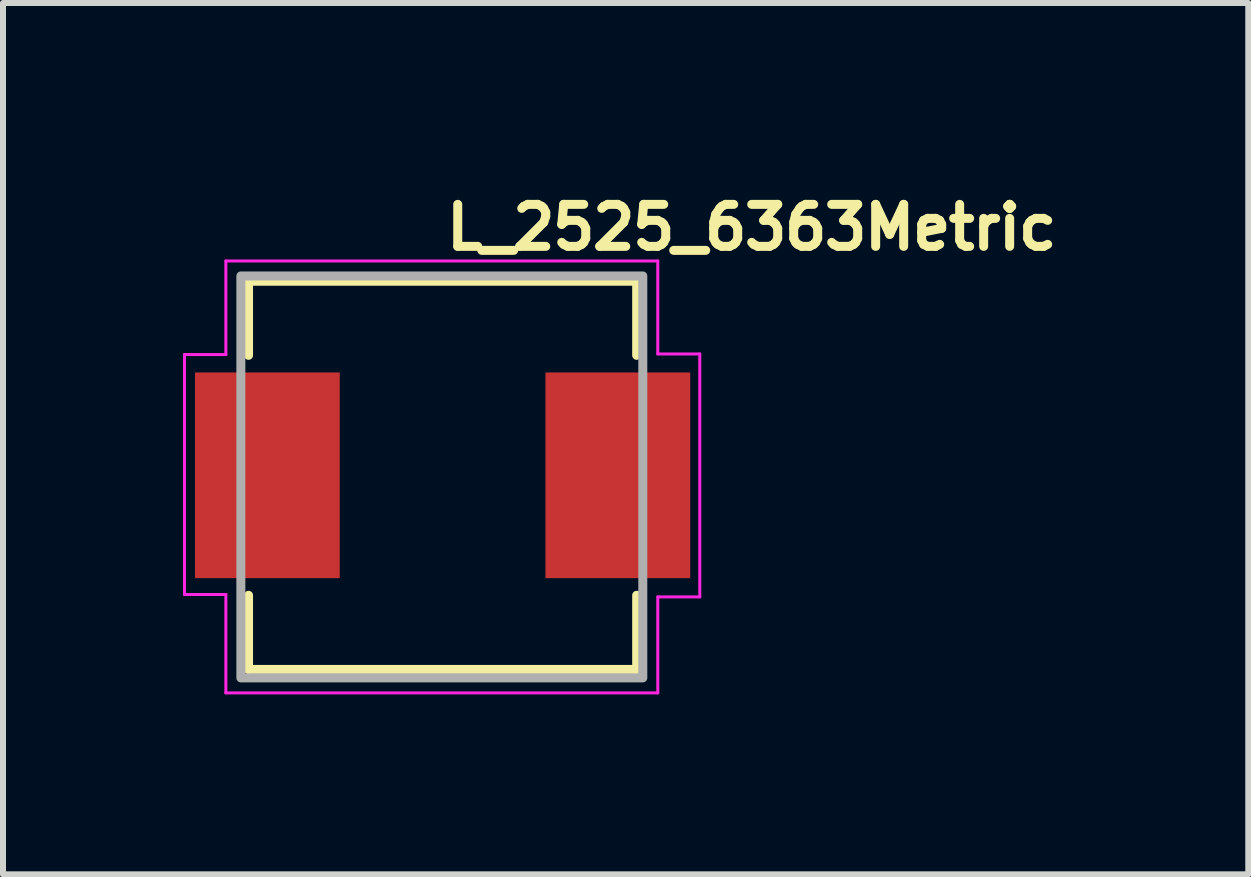
<source format=kicad_pcb>
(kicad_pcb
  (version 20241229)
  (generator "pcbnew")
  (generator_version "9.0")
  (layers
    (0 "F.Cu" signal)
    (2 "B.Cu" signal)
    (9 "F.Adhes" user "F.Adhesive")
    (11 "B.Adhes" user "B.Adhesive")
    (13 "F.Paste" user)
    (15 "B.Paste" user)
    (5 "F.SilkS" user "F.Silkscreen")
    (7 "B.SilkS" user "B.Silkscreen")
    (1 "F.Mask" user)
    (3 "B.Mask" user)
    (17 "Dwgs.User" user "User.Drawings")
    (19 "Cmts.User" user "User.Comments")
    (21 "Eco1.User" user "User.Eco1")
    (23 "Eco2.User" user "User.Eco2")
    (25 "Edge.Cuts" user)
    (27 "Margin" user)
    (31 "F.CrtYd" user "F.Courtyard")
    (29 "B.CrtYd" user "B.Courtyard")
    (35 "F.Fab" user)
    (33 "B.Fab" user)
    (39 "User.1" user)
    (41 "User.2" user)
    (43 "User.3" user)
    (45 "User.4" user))
  (footprint "L_2525_6363Metric"
    (layer "F.Cu")
    (at 4.315 4.9)
    (property "Reference" "L_2525_6363Metric" (at 0 -3.75 0) (layer "F.SilkS") (effects (font (size 0.7 0.7) (thickness 0.15)) (justify left bottom)))
    (attr smd)
    (fp_line (start -3.222 -3.262) (end -3.222 -2.027) (stroke (width 0.15) (type solid)) (layer "F.SilkS"))
    (fp_line (start -3.222 -3.262) (end 3.248 -3.262) (stroke (width 0.15) (type solid)) (layer "F.SilkS"))
    (fp_line (start -3.222 3.209) (end -3.222 1.973) (stroke (width 0.15) (type solid)) (layer "F.SilkS"))
    (fp_line (start 3.248 -3.262) (end 3.248 -2.027) (stroke (width 0.15) (type solid)) (layer "F.SilkS"))
    (fp_line (start 3.248 3.209) (end -3.222 3.209) (stroke (width 0.15) (type solid)) (layer "F.SilkS"))
    (fp_line (start 3.248 3.209) (end 3.248 1.973) (stroke (width 0.15) (type solid)) (layer "F.SilkS"))
    (fp_line (start -4.29 -2.04) (end -4.29 1.96) (stroke (width 0.05) (type solid)) (layer "F.CrtYd"))
    (fp_line (start -4.29 -2.04) (end -3.6 -2.04) (stroke (width 0.05) (type solid)) (layer "F.CrtYd"))
    (fp_line (start -4.29 1.96) (end -3.6 1.96) (stroke (width 0.05) (type solid)) (layer "F.CrtYd"))
    (fp_line (start -3.6 -2.04) (end -3.6 -3.6) (stroke (width 0.05) (type solid)) (layer "F.CrtYd"))
    (fp_line (start -3.6 1.96) (end -3.6 3.6) (stroke (width 0.05) (type solid)) (layer "F.CrtYd"))
    (fp_line (start 3.6 -3.6) (end -3.6 -3.6) (stroke (width 0.05) (type solid)) (layer "F.CrtYd"))
    (fp_line (start 3.6 -2.05) (end 3.6 -3.6) (stroke (width 0.05) (type solid)) (layer "F.CrtYd"))
    (fp_line (start 3.6 2) (end 3.6 3.6) (stroke (width 0.05) (type solid)) (layer "F.CrtYd"))
    (fp_line (start 3.6 3.6) (end -3.6 3.6) (stroke (width 0.05) (type solid)) (layer "F.CrtYd"))
    (fp_line (start 4.3 -2.05) (end 3.6 -2.05) (stroke (width 0.05) (type solid)) (layer "F.CrtYd"))
    (fp_line (start 4.3 2) (end 3.6 2) (stroke (width 0.05) (type solid)) (layer "F.CrtYd"))
    (fp_line (start 4.3 2) (end 4.3 -2.05) (stroke (width 0.05) (type solid)) (layer "F.CrtYd"))
    (fp_rect (start -3.35 -3.35) (end 3.35 3.35) (stroke (width 0.15) (type solid)) (fill no) (layer "F.Fab"))
    (fp_rect (start -3.54 -3.336) (end 3.538 3.334) (stroke (width 0.1) (type solid)) (fill no) (layer "User.5"))
    (fp_line (start -3.54 -2.286) (end -3.54 2.285) (stroke (width 0.02) (type solid)) (layer "User.9"))
    (fp_line (start -3.54 2.285) (end -3.335 2.285) (stroke (width 0.02) (type solid)) (layer "User.9"))
    (fp_line (start -3.336 -2.711) (end -3.336 -2.286) (stroke (width 0.02) (type solid)) (layer "User.9"))
    (fp_line (start -3.336 2.285) (end -3.336 2.709) (stroke (width 0.02) (type solid)) (layer "User.9"))
    (fp_line (start -3.336 2.709) (end -3.335 2.741) (stroke (width 0.02) (type solid)) (layer "User.9"))
    (fp_line (start -3.335 -2.742) (end -3.336 -2.711) (stroke (width 0.02) (type solid)) (layer "User.9"))
    (fp_line (start -3.335 -2.286) (end -3.54 -2.286) (stroke (width 0.02) (type solid)) (layer "User.9"))
    (fp_line (start -3.335 2.741) (end -3.332 2.77) (stroke (width 0.02) (type solid)) (layer "User.9"))
    (fp_line (start -3.332 -2.773) (end -3.335 -2.742) (stroke (width 0.02) (type solid)) (layer "User.9"))
    (fp_line (start -3.332 2.77) (end -3.33 2.801) (stroke (width 0.02) (type solid)) (layer "User.9"))
    (fp_line (start -3.33 -2.803) (end -3.332 -2.773) (stroke (width 0.02) (type solid)) (layer "User.9"))
    (fp_line (start -3.33 2.801) (end -3.323 2.831) (stroke (width 0.02) (type solid)) (layer "User.9"))
    (fp_line (start -3.323 -2.834) (end -3.33 -2.803) (stroke (width 0.02) (type solid)) (layer "User.9"))
    (fp_line (start -3.323 2.831) (end -3.318 2.862) (stroke (width 0.02) (type solid)) (layer "User.9"))
    (fp_line (start -3.318 -2.863) (end -3.323 -2.834) (stroke (width 0.02) (type solid)) (layer "User.9"))
    (fp_line (start -3.318 2.862) (end -3.31 2.89) (stroke (width 0.02) (type solid)) (layer "User.9"))
    (fp_line (start -3.31 -2.892) (end -3.318 -2.863) (stroke (width 0.02) (type solid)) (layer "User.9"))
    (fp_line (start -3.31 2.89) (end -3.299 2.919) (stroke (width 0.02) (type solid)) (layer "User.9"))
    (fp_line (start -3.303 0.38) (end -3.303 -0.381) (stroke (width 0.02) (type solid)) (layer "User.9"))
    (fp_line (start -3.303 0.38) (end -3.082 0.38) (stroke (width 0.02) (type solid)) (layer "User.9"))
    (fp_line (start -3.299 -2.922) (end -3.31 -2.892) (stroke (width 0.02) (type solid)) (layer "User.9"))
    (fp_line (start -3.299 2.919) (end -3.289 2.948) (stroke (width 0.02) (type solid)) (layer "User.9"))
    (fp_line (start -3.289 -2.951) (end -3.299 -2.922) (stroke (width 0.02) (type solid)) (layer "User.9"))
    (fp_line (start -3.289 2.948) (end -3.277 2.976) (stroke (width 0.02) (type solid)) (layer "User.9"))
    (fp_line (start -3.277 -2.979) (end -3.289 -2.951) (stroke (width 0.02) (type solid)) (layer "User.9"))
    (fp_line (start -3.277 2.976) (end -3.262 3.003) (stroke (width 0.02) (type solid)) (layer "User.9"))
    (fp_line (start -3.262 -3.005) (end -3.277 -2.979) (stroke (width 0.02) (type solid)) (layer "User.9"))
    (fp_line (start -3.262 3.003) (end -3.247 3.03) (stroke (width 0.02) (type solid)) (layer "User.9"))
    (fp_line (start -3.247 -3.032) (end -3.262 -3.005) (stroke (width 0.02) (type solid)) (layer "User.9"))
    (fp_line (start -3.247 3.03) (end -3.231 3.055) (stroke (width 0.02) (type solid)) (layer "User.9"))
    (fp_line (start -3.231 -3.057) (end -3.247 -3.032) (stroke (width 0.02) (type solid)) (layer "User.9"))
    (fp_line (start -3.231 3.055) (end -3.214 3.08) (stroke (width 0.02) (type solid)) (layer "User.9"))
    (fp_line (start -3.214 -3.082) (end -3.231 -3.057) (stroke (width 0.02) (type solid)) (layer "User.9"))
    (fp_line (start -3.214 3.08) (end -3.194 3.105) (stroke (width 0.02) (type solid)) (layer "User.9"))
    (fp_line (start -3.194 -3.108) (end -3.214 -3.082) (stroke (width 0.02) (type solid)) (layer "User.9"))
    (fp_line (start -3.194 3.105) (end -3.174 3.128) (stroke (width 0.02) (type solid)) (layer "User.9"))
    (fp_line (start -3.174 -3.13) (end -3.194 -3.108) (stroke (width 0.02) (type solid)) (layer "User.9"))
    (fp_line (start -3.174 3.128) (end -3.153 3.152) (stroke (width 0.02) (type solid)) (layer "User.9"))
    (fp_line (start -3.153 -3.153) (end -3.174 -3.13) (stroke (width 0.02) (type solid)) (layer "User.9"))
    (fp_line (start -3.153 -3.153) (end -3.153 -3.153) (stroke (width 0.02) (type solid)) (layer "User.9"))
    (fp_line (start -3.153 3.152) (end -3.153 3.152) (stroke (width 0.02) (type solid)) (layer "User.9"))
    (fp_line (start -3.153 3.152) (end -3.13 3.172) (stroke (width 0.02) (type solid)) (layer "User.9"))
    (fp_line (start -3.13 -3.174) (end -3.153 -3.153) (stroke (width 0.02) (type solid)) (layer "User.9"))
    (fp_line (start -3.13 3.172) (end -3.108 3.192) (stroke (width 0.02) (type solid)) (layer "User.9"))
    (fp_line (start -3.108 -3.194) (end -3.13 -3.174) (stroke (width 0.02) (type solid)) (layer "User.9"))
    (fp_line (start -3.108 3.192) (end -3.082 3.212) (stroke (width 0.02) (type solid)) (layer "User.9"))
    (fp_line (start -3.082 -3.214) (end -3.108 -3.194) (stroke (width 0.02) (type solid)) (layer "User.9"))
    (fp_line (start -3.082 -2.65) (end -3.081 -2.681) (stroke (width 0.02) (type solid)) (layer "User.9"))
    (fp_line (start -3.082 -2.286) (end -3.335 -2.286) (stroke (width 0.02) (type solid)) (layer "User.9"))
    (fp_line (start -3.082 -0.381) (end -3.303 -0.381) (stroke (width 0.02) (type solid)) (layer "User.9"))
    (fp_line (start -3.082 2.285) (end -3.335 2.285) (stroke (width 0.02) (type solid)) (layer "User.9"))
    (fp_line (start -3.082 2.648) (end -3.082 -2.65) (stroke (width 0.02) (type solid)) (layer "User.9"))
    (fp_line (start -3.082 3.212) (end -3.057 3.229) (stroke (width 0.02) (type solid)) (layer "User.9"))
    (fp_line (start -3.081 -2.681) (end -3.078 -2.713) (stroke (width 0.02) (type solid)) (layer "User.9"))
    (fp_line (start -3.081 2.68) (end -3.082 2.648) (stroke (width 0.02) (type solid)) (layer "User.9"))
    (fp_line (start -3.078 -2.713) (end -3.076 -2.743) (stroke (width 0.02) (type solid)) (layer "User.9"))
    (fp_line (start -3.078 2.71) (end -3.081 2.68) (stroke (width 0.02) (type solid)) (layer "User.9"))
    (fp_line (start -3.076 -2.743) (end -3.069 -2.774) (stroke (width 0.02) (type solid)) (layer "User.9"))
    (fp_line (start -3.076 2.741) (end -3.078 2.71) (stroke (width 0.02) (type solid)) (layer "User.9"))
    (fp_line (start -3.069 -2.774) (end -3.063 -2.806) (stroke (width 0.02) (type solid)) (layer "User.9"))
    (fp_line (start -3.069 2.773) (end -3.076 2.741) (stroke (width 0.02) (type solid)) (layer "User.9"))
    (fp_line (start -3.063 -2.806) (end -3.055 -2.835) (stroke (width 0.02) (type solid)) (layer "User.9"))
    (fp_line (start -3.063 2.804) (end -3.069 2.773) (stroke (width 0.02) (type solid)) (layer "User.9"))
    (fp_line (start -3.057 -3.231) (end -3.082 -3.214) (stroke (width 0.02) (type solid)) (layer "User.9"))
    (fp_line (start -3.057 3.229) (end -3.032 3.245) (stroke (width 0.02) (type solid)) (layer "User.9"))
    (fp_line (start -3.055 -2.835) (end -3.044 -2.864) (stroke (width 0.02) (type solid)) (layer "User.9"))
    (fp_line (start -3.055 2.833) (end -3.063 2.804) (stroke (width 0.02) (type solid)) (layer "User.9"))
    (fp_line (start -3.044 -2.864) (end -3.033 -2.894) (stroke (width 0.02) (type solid)) (layer "User.9"))
    (fp_line (start -3.044 2.862) (end -3.055 2.833) (stroke (width 0.02) (type solid)) (layer "User.9"))
    (fp_line (start -3.033 -2.894) (end -3.021 -2.922) (stroke (width 0.02) (type solid)) (layer "User.9"))
    (fp_line (start -3.033 2.891) (end -3.044 2.862) (stroke (width 0.02) (type solid)) (layer "User.9"))
    (fp_line (start -3.032 -3.247) (end -3.057 -3.231) (stroke (width 0.02) (type solid)) (layer "User.9"))
    (fp_line (start -3.032 3.245) (end -3.005 3.261) (stroke (width 0.02) (type solid)) (layer "User.9"))
    (fp_line (start -3.021 -2.922) (end -3.008 -2.949) (stroke (width 0.02) (type solid)) (layer "User.9"))
    (fp_line (start -3.021 2.919) (end -3.033 2.891) (stroke (width 0.02) (type solid)) (layer "User.9"))
    (fp_line (start -3.008 -2.949) (end -2.992 -2.976) (stroke (width 0.02) (type solid)) (layer "User.9"))
    (fp_line (start -3.008 2.947) (end -3.021 2.919) (stroke (width 0.02) (type solid)) (layer "User.9"))
    (fp_line (start -3.005 -3.262) (end -3.032 -3.247) (stroke (width 0.02) (type solid)) (layer "User.9"))
    (fp_line (start -3.005 3.261) (end -2.979 3.274) (stroke (width 0.02) (type solid)) (layer "User.9"))
    (fp_line (start -2.992 -2.976) (end -2.976 -3.003) (stroke (width 0.02) (type solid)) (layer "User.9"))
    (fp_line (start -2.992 2.975) (end -3.008 2.947) (stroke (width 0.02) (type solid)) (layer "User.9"))
    (fp_line (start -2.979 -3.277) (end -3.005 -3.262) (stroke (width 0.02) (type solid)) (layer "User.9"))
    (fp_line (start -2.979 3.274) (end -2.951 3.286) (stroke (width 0.02) (type solid)) (layer "User.9"))
    (fp_line (start -2.976 -3.003) (end -2.957 -3.028) (stroke (width 0.02) (type solid)) (layer "User.9"))
    (fp_line (start -2.976 3) (end -2.992 2.975) (stroke (width 0.02) (type solid)) (layer "User.9"))
    (fp_line (start -2.957 -3.028) (end -2.939 -3.052) (stroke (width 0.02) (type solid)) (layer "User.9"))
    (fp_line (start -2.957 3.027) (end -2.976 3) (stroke (width 0.02) (type solid)) (layer "User.9"))
    (fp_line (start -2.951 -3.289) (end -2.979 -3.277) (stroke (width 0.02) (type solid)) (layer "User.9"))
    (fp_line (start -2.951 3.286) (end -2.922 3.297) (stroke (width 0.02) (type solid)) (layer "User.9"))
    (fp_line (start -2.939 -3.052) (end -2.918 -3.077) (stroke (width 0.02) (type solid)) (layer "User.9"))
    (fp_line (start -2.939 3.051) (end -2.957 3.027) (stroke (width 0.02) (type solid)) (layer "User.9"))
    (fp_line (start -2.922 -3.299) (end -2.951 -3.289) (stroke (width 0.02) (type solid)) (layer "User.9"))
    (fp_line (start -2.922 3.297) (end -2.892 3.308) (stroke (width 0.02) (type solid)) (layer "User.9"))
    (fp_line (start -2.918 -3.077) (end -2.896 -3.1) (stroke (width 0.02) (type solid)) (layer "User.9"))
    (fp_line (start -2.918 3.075) (end -2.939 3.051) (stroke (width 0.02) (type solid)) (layer "User.9"))
    (fp_line (start -2.896 -3.1) (end -2.896 -3.1) (stroke (width 0.02) (type solid)) (layer "User.9"))
    (fp_line (start -2.896 -3.1) (end -2.874 -3.121) (stroke (width 0.02) (type solid)) (layer "User.9"))
    (fp_line (start -2.896 3.097) (end -2.918 3.075) (stroke (width 0.02) (type solid)) (layer "User.9"))
    (fp_line (start -2.896 3.097) (end -2.896 3.097) (stroke (width 0.02) (type solid)) (layer "User.9"))
    (fp_line (start -2.892 -3.31) (end -2.922 -3.299) (stroke (width 0.02) (type solid)) (layer "User.9"))
    (fp_line (start -2.892 3.308) (end -2.863 3.316) (stroke (width 0.02) (type solid)) (layer "User.9"))
    (fp_line (start -2.874 -3.121) (end -2.85 -3.141) (stroke (width 0.02) (type solid)) (layer "User.9"))
    (fp_line (start -2.874 3.119) (end -2.896 3.097) (stroke (width 0.02) (type solid)) (layer "User.9"))
    (fp_line (start -2.863 -3.318) (end -2.892 -3.31) (stroke (width 0.02) (type solid)) (layer "User.9"))
    (fp_line (start -2.863 3.316) (end -2.834 3.321) (stroke (width 0.02) (type solid)) (layer "User.9"))
    (fp_line (start -2.85 -3.141) (end -2.824 -3.161) (stroke (width 0.02) (type solid)) (layer "User.9"))
    (fp_line (start -2.85 3.14) (end -2.874 3.119) (stroke (width 0.02) (type solid)) (layer "User.9"))
    (fp_line (start -2.834 -3.323) (end -2.863 -3.318) (stroke (width 0.02) (type solid)) (layer "User.9"))
    (fp_line (start -2.834 3.321) (end -2.803 3.328) (stroke (width 0.02) (type solid)) (layer "User.9"))
    (fp_line (start -2.824 -3.161) (end -2.799 -3.178) (stroke (width 0.02) (type solid)) (layer "User.9"))
    (fp_line (start -2.824 3.159) (end -2.85 3.14) (stroke (width 0.02) (type solid)) (layer "User.9"))
    (fp_line (start -2.803 -3.33) (end -2.834 -3.323) (stroke (width 0.02) (type solid)) (layer "User.9"))
    (fp_line (start -2.803 3.328) (end -2.773 3.33) (stroke (width 0.02) (type solid)) (layer "User.9"))
    (fp_line (start -2.799 -3.178) (end -2.774 -3.196) (stroke (width 0.02) (type solid)) (layer "User.9"))
    (fp_line (start -2.799 3.176) (end -2.824 3.159) (stroke (width 0.02) (type solid)) (layer "User.9"))
    (fp_line (start -2.774 -3.196) (end -2.746 -3.21) (stroke (width 0.02) (type solid)) (layer "User.9"))
    (fp_line (start -2.774 3.193) (end -2.799 3.176) (stroke (width 0.02) (type solid)) (layer "User.9"))
    (fp_line (start -2.773 -3.332) (end -2.803 -3.33) (stroke (width 0.02) (type solid)) (layer "User.9"))
    (fp_line (start -2.773 3.33) (end -2.742 3.334) (stroke (width 0.02) (type solid)) (layer "User.9"))
    (fp_line (start -2.746 -3.21) (end -2.718 -3.225) (stroke (width 0.02) (type solid)) (layer "User.9"))
    (fp_line (start -2.746 3.209) (end -2.774 3.193) (stroke (width 0.02) (type solid)) (layer "User.9"))
    (fp_line (start -2.742 -3.335) (end -2.773 -3.332) (stroke (width 0.02) (type solid)) (layer "User.9"))
    (fp_line (start -2.742 3.334) (end -2.711 3.334) (stroke (width 0.02) (type solid)) (layer "User.9"))
    (fp_line (start -2.718 -3.225) (end -2.69 -3.237) (stroke (width 0.02) (type solid)) (layer "User.9"))
    (fp_line (start -2.718 3.222) (end -2.746 3.209) (stroke (width 0.02) (type solid)) (layer "User.9"))
    (fp_line (start -2.711 -3.336) (end -2.742 -3.335) (stroke (width 0.02) (type solid)) (layer "User.9"))
    (fp_line (start -2.711 3.334) (end 2.709 3.334) (stroke (width 0.02) (type solid)) (layer "User.9"))
    (fp_line (start -2.69 -3.237) (end -2.661 -3.249) (stroke (width 0.02) (type solid)) (layer "User.9"))
    (fp_line (start -2.69 3.234) (end -2.718 3.222) (stroke (width 0.02) (type solid)) (layer "User.9"))
    (fp_line (start -2.661 -3.249) (end -2.632 -3.258) (stroke (width 0.02) (type solid)) (layer "User.9"))
    (fp_line (start -2.661 3.246) (end -2.69 3.234) (stroke (width 0.02) (type solid)) (layer "User.9"))
    (fp_line (start -2.632 -3.258) (end -2.601 -3.266) (stroke (width 0.02) (type solid)) (layer "User.9"))
    (fp_line (start -2.632 3.256) (end -2.661 3.246) (stroke (width 0.02) (type solid)) (layer "User.9"))
    (fp_line (start -2.601 -3.266) (end -2.572 -3.273) (stroke (width 0.02) (type solid)) (layer "User.9"))
    (fp_line (start -2.601 3.265) (end -2.632 3.256) (stroke (width 0.02) (type solid)) (layer "User.9"))
    (fp_line (start -2.572 -3.273) (end -2.54 -3.278) (stroke (width 0.02) (type solid)) (layer "User.9"))
    (fp_line (start -2.572 3.27) (end -2.601 3.265) (stroke (width 0.02) (type solid)) (layer "User.9"))
    (fp_line (start -2.54 -3.278) (end -2.509 -3.282) (stroke (width 0.02) (type solid)) (layer "User.9"))
    (fp_line (start -2.54 3.277) (end -2.572 3.27) (stroke (width 0.02) (type solid)) (layer "User.9"))
    (fp_line (start -2.509 -3.282) (end -2.479 -3.285) (stroke (width 0.02) (type solid)) (layer "User.9"))
    (fp_line (start -2.509 3.281) (end -2.54 3.277) (stroke (width 0.02) (type solid)) (layer "User.9"))
    (fp_line (start -2.479 -3.285) (end -2.448 -3.286) (stroke (width 0.02) (type solid)) (layer "User.9"))
    (fp_line (start -2.479 3.282) (end -2.509 3.281) (stroke (width 0.02) (type solid)) (layer "User.9"))
    (fp_line (start -2.448 -3.286) (end 2.446 -3.286) (stroke (width 0.02) (type solid)) (layer "User.9"))
    (fp_line (start -2.448 3.284) (end -2.479 3.282) (stroke (width 0.02) (type solid)) (layer "User.9"))
    (fp_line (start 2.446 -3.286) (end 2.476 -3.285) (stroke (width 0.02) (type solid)) (layer "User.9"))
    (fp_line (start 2.446 3.284) (end -2.448 3.284) (stroke (width 0.02) (type solid)) (layer "User.9"))
    (fp_line (start 2.476 -3.285) (end 2.507 -3.282) (stroke (width 0.02) (type solid)) (layer "User.9"))
    (fp_line (start 2.476 3.282) (end 2.446 3.284) (stroke (width 0.02) (type solid)) (layer "User.9"))
    (fp_line (start 2.507 -3.282) (end 2.539 -3.278) (stroke (width 0.02) (type solid)) (layer "User.9"))
    (fp_line (start 2.507 3.281) (end 2.476 3.282) (stroke (width 0.02) (type solid)) (layer "User.9"))
    (fp_line (start 2.539 -3.278) (end 2.569 -3.273) (stroke (width 0.02) (type solid)) (layer "User.9"))
    (fp_line (start 2.539 3.277) (end 2.507 3.281) (stroke (width 0.02) (type solid)) (layer "User.9"))
    (fp_line (start 2.569 -3.273) (end 2.6 -3.266) (stroke (width 0.02) (type solid)) (layer "User.9"))
    (fp_line (start 2.569 3.27) (end 2.539 3.277) (stroke (width 0.02) (type solid)) (layer "User.9"))
    (fp_line (start 2.6 -3.266) (end 2.629 -3.258) (stroke (width 0.02) (type solid)) (layer "User.9"))
    (fp_line (start 2.6 3.265) (end 2.569 3.27) (stroke (width 0.02) (type solid)) (layer "User.9"))
    (fp_line (start 2.629 -3.258) (end 2.66 -3.249) (stroke (width 0.02) (type solid)) (layer "User.9"))
    (fp_line (start 2.629 3.256) (end 2.6 3.265) (stroke (width 0.02) (type solid)) (layer "User.9"))
    (fp_line (start 2.66 -3.249) (end 2.689 -3.237) (stroke (width 0.02) (type solid)) (layer "User.9"))
    (fp_line (start 2.66 3.246) (end 2.629 3.256) (stroke (width 0.02) (type solid)) (layer "User.9"))
    (fp_line (start 2.689 -3.237) (end 2.717 -3.225) (stroke (width 0.02) (type solid)) (layer "User.9"))
    (fp_line (start 2.689 3.234) (end 2.66 3.246) (stroke (width 0.02) (type solid)) (layer "User.9"))
    (fp_line (start 2.709 -3.336) (end -2.711 -3.336) (stroke (width 0.02) (type solid)) (layer "User.9"))
    (fp_line (start 2.709 3.334) (end 2.741 3.334) (stroke (width 0.02) (type solid)) (layer "User.9"))
    (fp_line (start 2.717 -3.225) (end 2.745 -3.21) (stroke (width 0.02) (type solid)) (layer "User.9"))
    (fp_line (start 2.717 3.222) (end 2.689 3.234) (stroke (width 0.02) (type solid)) (layer "User.9"))
    (fp_line (start 2.741 -3.335) (end 2.709 -3.336) (stroke (width 0.02) (type solid)) (layer "User.9"))
    (fp_line (start 2.741 3.334) (end 2.77 3.33) (stroke (width 0.02) (type solid)) (layer "User.9"))
    (fp_line (start 2.745 -3.21) (end 2.772 -3.196) (stroke (width 0.02) (type solid)) (layer "User.9"))
    (fp_line (start 2.745 3.209) (end 2.717 3.222) (stroke (width 0.02) (type solid)) (layer "User.9"))
    (fp_line (start 2.77 -3.332) (end 2.741 -3.335) (stroke (width 0.02) (type solid)) (layer "User.9"))
    (fp_line (start 2.77 3.33) (end 2.801 3.328) (stroke (width 0.02) (type solid)) (layer "User.9"))
    (fp_line (start 2.772 -3.196) (end 2.797 -3.178) (stroke (width 0.02) (type solid)) (layer "User.9"))
    (fp_line (start 2.772 3.193) (end 2.745 3.209) (stroke (width 0.02) (type solid)) (layer "User.9"))
    (fp_line (start 2.797 -3.178) (end 2.822 -3.161) (stroke (width 0.02) (type solid)) (layer "User.9"))
    (fp_line (start 2.797 3.176) (end 2.772 3.193) (stroke (width 0.02) (type solid)) (layer "User.9"))
    (fp_line (start 2.801 -3.33) (end 2.77 -3.332) (stroke (width 0.02) (type solid)) (layer "User.9"))
    (fp_line (start 2.801 3.328) (end 2.831 3.321) (stroke (width 0.02) (type solid)) (layer "User.9"))
    (fp_line (start 2.822 -3.161) (end 2.847 -3.141) (stroke (width 0.02) (type solid)) (layer "User.9"))
    (fp_line (start 2.822 3.159) (end 2.797 3.176) (stroke (width 0.02) (type solid)) (layer "User.9"))
    (fp_line (start 2.831 -3.323) (end 2.801 -3.33) (stroke (width 0.02) (type solid)) (layer "User.9"))
    (fp_line (start 2.831 3.321) (end 2.862 3.316) (stroke (width 0.02) (type solid)) (layer "User.9"))
    (fp_line (start 2.847 -3.141) (end 2.871 -3.121) (stroke (width 0.02) (type solid)) (layer "User.9"))
    (fp_line (start 2.847 3.14) (end 2.822 3.159) (stroke (width 0.02) (type solid)) (layer "User.9"))
    (fp_line (start 2.862 -3.318) (end 2.831 -3.323) (stroke (width 0.02) (type solid)) (layer "User.9"))
    (fp_line (start 2.862 3.316) (end 2.89 3.308) (stroke (width 0.02) (type solid)) (layer "User.9"))
    (fp_line (start 2.871 -3.121) (end 2.894 -3.1) (stroke (width 0.02) (type solid)) (layer "User.9"))
    (fp_line (start 2.871 3.119) (end 2.847 3.14) (stroke (width 0.02) (type solid)) (layer "User.9"))
    (fp_line (start 2.89 -3.31) (end 2.862 -3.318) (stroke (width 0.02) (type solid)) (layer "User.9"))
    (fp_line (start 2.89 3.308) (end 2.919 3.297) (stroke (width 0.02) (type solid)) (layer "User.9"))
    (fp_line (start 2.894 -3.1) (end 2.894 -3.1) (stroke (width 0.02) (type solid)) (layer "User.9"))
    (fp_line (start 2.894 -3.1) (end 2.915 -3.077) (stroke (width 0.02) (type solid)) (layer "User.9"))
    (fp_line (start 2.894 3.097) (end 2.871 3.119) (stroke (width 0.02) (type solid)) (layer "User.9"))
    (fp_line (start 2.894 3.097) (end 2.894 3.097) (stroke (width 0.02) (type solid)) (layer "User.9"))
    (fp_line (start 2.915 -3.077) (end 2.937 -3.052) (stroke (width 0.02) (type solid)) (layer "User.9"))
    (fp_line (start 2.915 3.075) (end 2.894 3.097) (stroke (width 0.02) (type solid)) (layer "User.9"))
    (fp_line (start 2.919 -3.299) (end 2.89 -3.31) (stroke (width 0.02) (type solid)) (layer "User.9"))
    (fp_line (start 2.919 3.297) (end 2.948 3.286) (stroke (width 0.02) (type solid)) (layer "User.9"))
    (fp_line (start 2.937 -3.052) (end 2.955 -3.028) (stroke (width 0.02) (type solid)) (layer "User.9"))
    (fp_line (start 2.937 3.051) (end 2.915 3.075) (stroke (width 0.02) (type solid)) (layer "User.9"))
    (fp_line (start 2.948 -3.289) (end 2.919 -3.299) (stroke (width 0.02) (type solid)) (layer "User.9"))
    (fp_line (start 2.948 3.286) (end 2.976 3.274) (stroke (width 0.02) (type solid)) (layer "User.9"))
    (fp_line (start 2.955 -3.028) (end 2.974 -3.003) (stroke (width 0.02) (type solid)) (layer "User.9"))
    (fp_line (start 2.955 3.027) (end 2.937 3.051) (stroke (width 0.02) (type solid)) (layer "User.9"))
    (fp_line (start 2.974 -3.003) (end 2.99 -2.976) (stroke (width 0.02) (type solid)) (layer "User.9"))
    (fp_line (start 2.974 3) (end 2.955 3.027) (stroke (width 0.02) (type solid)) (layer "User.9"))
    (fp_line (start 2.976 -3.277) (end 2.948 -3.289) (stroke (width 0.02) (type solid)) (layer "User.9"))
    (fp_line (start 2.976 3.274) (end 3.003 3.261) (stroke (width 0.02) (type solid)) (layer "User.9"))
    (fp_line (start 2.99 -2.976) (end 3.006 -2.949) (stroke (width 0.02) (type solid)) (layer "User.9"))
    (fp_line (start 2.99 2.975) (end 2.974 3) (stroke (width 0.02) (type solid)) (layer "User.9"))
    (fp_line (start 3.003 -3.262) (end 2.976 -3.277) (stroke (width 0.02) (type solid)) (layer "User.9"))
    (fp_line (start 3.003 3.261) (end 3.03 3.245) (stroke (width 0.02) (type solid)) (layer "User.9"))
    (fp_line (start 3.006 -2.949) (end 3.019 -2.922) (stroke (width 0.02) (type solid)) (layer "User.9"))
    (fp_line (start 3.006 2.947) (end 2.99 2.975) (stroke (width 0.02) (type solid)) (layer "User.9"))
    (fp_line (start 3.019 -2.922) (end 3.031 -2.894) (stroke (width 0.02) (type solid)) (layer "User.9"))
    (fp_line (start 3.019 2.919) (end 3.006 2.947) (stroke (width 0.02) (type solid)) (layer "User.9"))
    (fp_line (start 3.03 -3.247) (end 3.003 -3.262) (stroke (width 0.02) (type solid)) (layer "User.9"))
    (fp_line (start 3.03 3.245) (end 3.055 3.229) (stroke (width 0.02) (type solid)) (layer "User.9"))
    (fp_line (start 3.031 -2.894) (end 3.043 -2.864) (stroke (width 0.02) (type solid)) (layer "User.9"))
    (fp_line (start 3.031 2.891) (end 3.019 2.919) (stroke (width 0.02) (type solid)) (layer "User.9"))
    (fp_line (start 3.043 -2.864) (end 3.052 -2.835) (stroke (width 0.02) (type solid)) (layer "User.9"))
    (fp_line (start 3.043 2.862) (end 3.031 2.891) (stroke (width 0.02) (type solid)) (layer "User.9"))
    (fp_line (start 3.052 -2.835) (end 3.06 -2.806) (stroke (width 0.02) (type solid)) (layer "User.9"))
    (fp_line (start 3.052 2.833) (end 3.043 2.862) (stroke (width 0.02) (type solid)) (layer "User.9"))
    (fp_line (start 3.055 -3.231) (end 3.03 -3.247) (stroke (width 0.02) (type solid)) (layer "User.9"))
    (fp_line (start 3.055 3.229) (end 3.08 3.212) (stroke (width 0.02) (type solid)) (layer "User.9"))
    (fp_line (start 3.06 -2.806) (end 3.067 -2.774) (stroke (width 0.02) (type solid)) (layer "User.9"))
    (fp_line (start 3.06 2.804) (end 3.052 2.833) (stroke (width 0.02) (type solid)) (layer "User.9"))
    (fp_line (start 3.067 -2.774) (end 3.073 -2.743) (stroke (width 0.02) (type solid)) (layer "User.9"))
    (fp_line (start 3.067 2.773) (end 3.06 2.804) (stroke (width 0.02) (type solid)) (layer "User.9"))
    (fp_line (start 3.073 -2.743) (end 3.076 -2.713) (stroke (width 0.02) (type solid)) (layer "User.9"))
    (fp_line (start 3.073 2.741) (end 3.067 2.773) (stroke (width 0.02) (type solid)) (layer "User.9"))
    (fp_line (start 3.076 -2.713) (end 3.08 -2.681) (stroke (width 0.02) (type solid)) (layer "User.9"))
    (fp_line (start 3.076 2.71) (end 3.073 2.741) (stroke (width 0.02) (type solid)) (layer "User.9"))
    (fp_line (start 3.08 -3.214) (end 3.055 -3.231) (stroke (width 0.02) (type solid)) (layer "User.9"))
    (fp_line (start 3.08 -2.681) (end 3.08 -2.65) (stroke (width 0.02) (type solid)) (layer "User.9"))
    (fp_line (start 3.08 -2.65) (end 3.08 2.648) (stroke (width 0.02) (type solid)) (layer "User.9"))
    (fp_line (start 3.08 -0.381) (end 3.301 -0.381) (stroke (width 0.02) (type solid)) (layer "User.9"))
    (fp_line (start 3.08 2.648) (end 3.08 2.68) (stroke (width 0.02) (type solid)) (layer "User.9"))
    (fp_line (start 3.08 2.68) (end 3.076 2.71) (stroke (width 0.02) (type solid)) (layer "User.9"))
    (fp_line (start 3.08 3.212) (end 3.105 3.192) (stroke (width 0.02) (type solid)) (layer "User.9"))
    (fp_line (start 3.105 -3.194) (end 3.08 -3.214) (stroke (width 0.02) (type solid)) (layer "User.9"))
    (fp_line (start 3.105 3.192) (end 3.128 3.172) (stroke (width 0.02) (type solid)) (layer "User.9"))
    (fp_line (start 3.128 -3.174) (end 3.105 -3.194) (stroke (width 0.02) (type solid)) (layer "User.9"))
    (fp_line (start 3.128 3.172) (end 3.152 3.152) (stroke (width 0.02) (type solid)) (layer "User.9"))
    (fp_line (start 3.152 -3.153) (end 3.128 -3.174) (stroke (width 0.02) (type solid)) (layer "User.9"))
    (fp_line (start 3.152 -3.153) (end 3.152 -3.153) (stroke (width 0.02) (type solid)) (layer "User.9"))
    (fp_line (start 3.152 3.152) (end 3.152 3.152) (stroke (width 0.02) (type solid)) (layer "User.9"))
    (fp_line (start 3.152 3.152) (end 3.172 3.128) (stroke (width 0.02) (type solid)) (layer "User.9"))
    (fp_line (start 3.172 -3.13) (end 3.152 -3.153) (stroke (width 0.02) (type solid)) (layer "User.9"))
    (fp_line (start 3.172 3.128) (end 3.192 3.105) (stroke (width 0.02) (type solid)) (layer "User.9"))
    (fp_line (start 3.192 -3.108) (end 3.172 -3.13) (stroke (width 0.02) (type solid)) (layer "User.9"))
    (fp_line (start 3.192 3.105) (end 3.212 3.08) (stroke (width 0.02) (type solid)) (layer "User.9"))
    (fp_line (start 3.212 -3.082) (end 3.192 -3.108) (stroke (width 0.02) (type solid)) (layer "User.9"))
    (fp_line (start 3.212 3.08) (end 3.229 3.055) (stroke (width 0.02) (type solid)) (layer "User.9"))
    (fp_line (start 3.229 -3.057) (end 3.212 -3.082) (stroke (width 0.02) (type solid)) (layer "User.9"))
    (fp_line (start 3.229 3.055) (end 3.245 3.03) (stroke (width 0.02) (type solid)) (layer "User.9"))
    (fp_line (start 3.245 -3.032) (end 3.229 -3.057) (stroke (width 0.02) (type solid)) (layer "User.9"))
    (fp_line (start 3.245 3.03) (end 3.261 3.003) (stroke (width 0.02) (type solid)) (layer "User.9"))
    (fp_line (start 3.261 -3.005) (end 3.245 -3.032) (stroke (width 0.02) (type solid)) (layer "User.9"))
    (fp_line (start 3.261 3.003) (end 3.274 2.976) (stroke (width 0.02) (type solid)) (layer "User.9"))
    (fp_line (start 3.274 -2.979) (end 3.261 -3.005) (stroke (width 0.02) (type solid)) (layer "User.9"))
    (fp_line (start 3.274 2.976) (end 3.286 2.948) (stroke (width 0.02) (type solid)) (layer "User.9"))
    (fp_line (start 3.286 -2.951) (end 3.274 -2.979) (stroke (width 0.02) (type solid)) (layer "User.9"))
    (fp_line (start 3.286 2.948) (end 3.297 2.919) (stroke (width 0.02) (type solid)) (layer "User.9"))
    (fp_line (start 3.297 -2.922) (end 3.286 -2.951) (stroke (width 0.02) (type solid)) (layer "User.9"))
    (fp_line (start 3.297 2.919) (end 3.308 2.89) (stroke (width 0.02) (type solid)) (layer "User.9"))
    (fp_line (start 3.301 0.38) (end 3.08 0.38) (stroke (width 0.02) (type solid)) (layer "User.9"))
    (fp_line (start 3.301 0.38) (end 3.301 -0.381) (stroke (width 0.02) (type solid)) (layer "User.9"))
    (fp_line (start 3.308 -2.892) (end 3.297 -2.922) (stroke (width 0.02) (type solid)) (layer "User.9"))
    (fp_line (start 3.308 2.89) (end 3.316 2.862) (stroke (width 0.02) (type solid)) (layer "User.9"))
    (fp_line (start 3.316 -2.863) (end 3.308 -2.892) (stroke (width 0.02) (type solid)) (layer "User.9"))
    (fp_line (start 3.316 2.862) (end 3.321 2.831) (stroke (width 0.02) (type solid)) (layer "User.9"))
    (fp_line (start 3.321 -2.834) (end 3.316 -2.863) (stroke (width 0.02) (type solid)) (layer "User.9"))
    (fp_line (start 3.321 2.831) (end 3.328 2.801) (stroke (width 0.02) (type solid)) (layer "User.9"))
    (fp_line (start 3.328 -2.803) (end 3.321 -2.834) (stroke (width 0.02) (type solid)) (layer "User.9"))
    (fp_line (start 3.328 2.801) (end 3.33 2.77) (stroke (width 0.02) (type solid)) (layer "User.9"))
    (fp_line (start 3.33 -2.773) (end 3.328 -2.803) (stroke (width 0.02) (type solid)) (layer "User.9"))
    (fp_line (start 3.33 2.77) (end 3.334 2.741) (stroke (width 0.02) (type solid)) (layer "User.9"))
    (fp_line (start 3.334 -2.742) (end 3.33 -2.773) (stroke (width 0.02) (type solid)) (layer "User.9"))
    (fp_line (start 3.334 -2.711) (end 3.334 -2.742) (stroke (width 0.02) (type solid)) (layer "User.9"))
    (fp_line (start 3.334 -2.286) (end 3.08 -2.286) (stroke (width 0.02) (type solid)) (layer "User.9"))
    (fp_line (start 3.334 -2.286) (end 3.334 -2.711) (stroke (width 0.02) (type solid)) (layer "User.9"))
    (fp_line (start 3.334 2.285) (end 3.08 2.285) (stroke (width 0.02) (type solid)) (layer "User.9"))
    (fp_line (start 3.334 2.285) (end 3.538 2.285) (stroke (width 0.02) (type solid)) (layer "User.9"))
    (fp_line (start 3.334 2.709) (end 3.334 2.285) (stroke (width 0.02) (type solid)) (layer "User.9"))
    (fp_line (start 3.334 2.741) (end 3.334 2.709) (stroke (width 0.02) (type solid)) (layer "User.9"))
    (fp_line (start 3.538 -2.286) (end 3.334 -2.286) (stroke (width 0.02) (type solid)) (layer "User.9"))
    (fp_line (start 3.538 2.285) (end 3.538 -2.286) (stroke (width 0.02) (type solid)) (layer "User.9"))
    (pad "1" smd rect (at -2.908 -0.027 90) (size 3.429 2.413) (layers "F.Cu" "F.Mask" "F.Paste"))
    (pad "2" smd rect (at 2.934 -0.027 90) (size 3.429 2.413) (layers "F.Cu" "F.Mask" "F.Paste")))
  (gr_rect
    (start -3 -3)
    (end 17.758 11.525)
    (stroke (width 0.1) (type default))
    (fill no)
    (layer "Edge.Cuts")))
</source>
